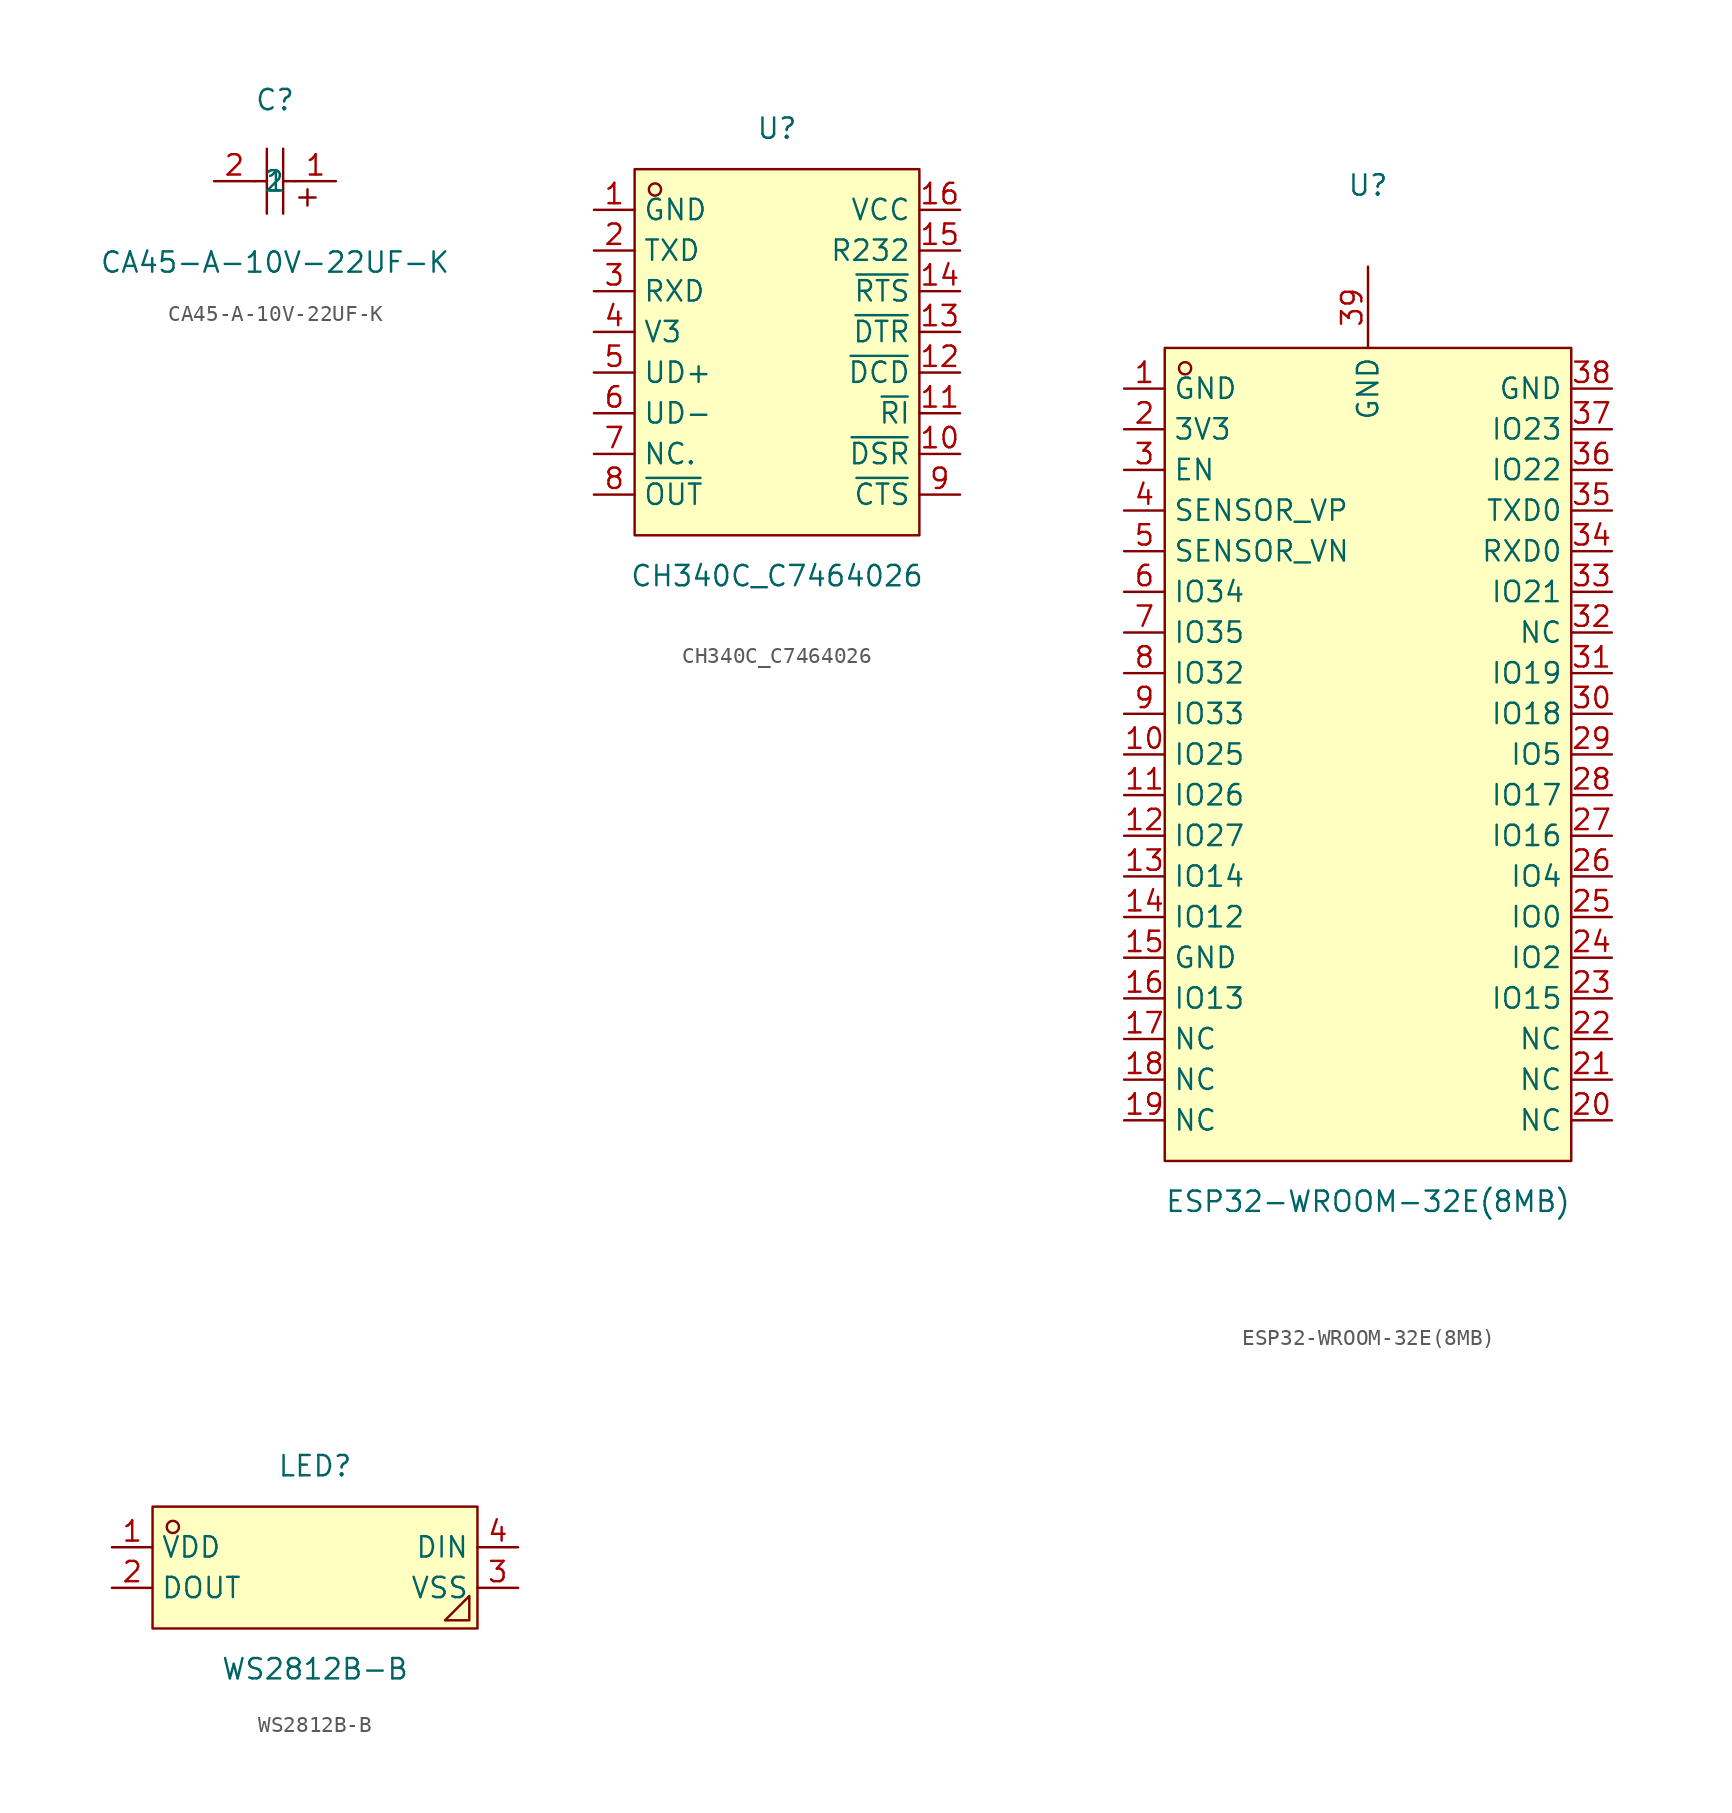
<source format=kicad_sym>
(kicad_symbol_lib
  (version 20211014)
  (generator https://github.com/uPesy/easyeda2kicad.py)
  (symbol "CA45-A-10V-22UF-K"
    (property "Reference" "C"
      (at 0 5.08 0)
      (effects (font (size 1.27 1.27))))
    (property "Value" "CA45-A-10V-22UF-K"
      (at 0 -5.08 0)
      (effects (font (size 1.27 1.27))))
    (symbol "CA45-A-10V-22UF-K_0_1"
      (polyline (pts (xy 0.51 -2.03) (xy 0.51 2.03)) (stroke (width 0) (type default) (color 0 0 0 0)) (fill (type none)))
      (polyline (pts (xy -0.51 -2.03) (xy -0.51 2.03)) (stroke (width 0) (type default) (color 0 0 0 0)) (fill (type none)))
      (polyline (pts (xy 1.27 -0.00) (xy 0.51 -0.00)) (stroke (width 0) (type default) (color 0 0 0 0)) (fill (type none)))
      (polyline (pts (xy -0.51 -0.00) (xy -1.27 -0.00)) (stroke (width 0) (type default) (color 0 0 0 0)) (fill (type none)))
      (polyline (pts (xy 2.54 -1.02) (xy 1.52 -1.02)) (stroke (width 0) (type default) (color 0 0 0 0)) (fill (type none)))
      (polyline (pts (xy 2.03 -1.52) (xy 2.03 -0.51)) (stroke (width 0) (type default) (color 0 0 0 0)) (fill (type none)))
      (pin input line (at 3.81 -0.00 180) (length 2.54) (name "1" (effects (font (size 1.27 1.27)))) (number "1" (effects (font (size 1.27 1.27)))))
      (pin input line (at -3.81 -0.00 0) (length 2.54) (name "2" (effects (font (size 1.27 1.27)))) (number "2" (effects (font (size 1.27 1.27)))))))
  (symbol "CH340C_C7464026"
    (property "Reference" "U"
      (at 0 13.97 0)
      (effects (font (size 1.27 1.27))))
    (property "Value" "CH340C_C7464026"
      (at 0 -13.97 0)
      (effects (font (size 1.27 1.27))))
    (symbol "CH340C_C7464026_0_1"
      (rectangle (start -8.89 11.43) (end 8.89 -11.43) (stroke (width 0) (type default) (color 0 0 0 0)) (fill (type background)))
      (circle (center -7.62 10.16) (radius 0.38) (stroke (width 0) (type default) (color 0 0 0 0)) (fill (type none)))
      (pin unspecified line (at -11.43 8.89 0) (length 2.54) (name "GND" (effects (font (size 1.27 1.27)))) (number "1" (effects (font (size 1.27 1.27)))))
      (pin unspecified line (at -11.43 6.35 0) (length 2.54) (name "TXD" (effects (font (size 1.27 1.27)))) (number "2" (effects (font (size 1.27 1.27)))))
      (pin unspecified line (at -11.43 3.81 0) (length 2.54) (name "RXD" (effects (font (size 1.27 1.27)))) (number "3" (effects (font (size 1.27 1.27)))))
      (pin unspecified line (at -11.43 1.27 0) (length 2.54) (name "V3" (effects (font (size 1.27 1.27)))) (number "4" (effects (font (size 1.27 1.27)))))
      (pin unspecified line (at -11.43 -1.27 0) (length 2.54) (name "UD+" (effects (font (size 1.27 1.27)))) (number "5" (effects (font (size 1.27 1.27)))))
      (pin unspecified line (at -11.43 -3.81 0) (length 2.54) (name "UD-" (effects (font (size 1.27 1.27)))) (number "6" (effects (font (size 1.27 1.27)))))
      (pin unspecified line (at -11.43 -6.35 0) (length 2.54) (name "NC." (effects (font (size 1.27 1.27)))) (number "7" (effects (font (size 1.27 1.27)))))
      (pin unspecified line (at -11.43 -8.89 0) (length 2.54) (name "~{OUT}" (effects (font (size 1.27 1.27)))) (number "8" (effects (font (size 1.27 1.27)))))
      (pin unspecified line (at 11.43 -8.89 180) (length 2.54) (name "~{CTS}" (effects (font (size 1.27 1.27)))) (number "9" (effects (font (size 1.27 1.27)))))
      (pin unspecified line (at 11.43 -6.35 180) (length 2.54) (name "~{DSR}" (effects (font (size 1.27 1.27)))) (number "10" (effects (font (size 1.27 1.27)))))
      (pin unspecified line (at 11.43 -3.81 180) (length 2.54) (name "~{RI}" (effects (font (size 1.27 1.27)))) (number "11" (effects (font (size 1.27 1.27)))))
      (pin unspecified line (at 11.43 -1.27 180) (length 2.54) (name "~{DCD}" (effects (font (size 1.27 1.27)))) (number "12" (effects (font (size 1.27 1.27)))))
      (pin unspecified line (at 11.43 1.27 180) (length 2.54) (name "~{DTR}" (effects (font (size 1.27 1.27)))) (number "13" (effects (font (size 1.27 1.27)))))
      (pin unspecified line (at 11.43 3.81 180) (length 2.54) (name "~{RTS}" (effects (font (size 1.27 1.27)))) (number "14" (effects (font (size 1.27 1.27)))))
      (pin unspecified line (at 11.43 6.35 180) (length 2.54) (name "R232" (effects (font (size 1.27 1.27)))) (number "15" (effects (font (size 1.27 1.27)))))
      (pin unspecified line (at 11.43 8.89 180) (length 2.54) (name "VCC" (effects (font (size 1.27 1.27)))) (number "16" (effects (font (size 1.27 1.27)))))))
  (symbol "ESP32-WROOM-32E(8MB)"
    (property "Reference" "U"
      (at 0 38.10 0)
      (effects (font (size 1.27 1.27))))
    (property "Value" "ESP32-WROOM-32E(8MB)"
      (at 0 -25.40 0)
      (effects (font (size 1.27 1.27))))
    (symbol "ESP32-WROOM-32E(8MB)_0_1"
      (rectangle (start -12.70 27.94) (end 12.70 -22.86) (stroke (width 0) (type default) (color 0 0 0 0)) (fill (type background)))
      (circle (center -11.43 26.67) (radius 0.38) (stroke (width 0) (type default) (color 0 0 0 0)) (fill (type none)))
      (pin unspecified line (at 0.00 33.02 270) (length 5.08) (name "GND" (effects (font (size 1.27 1.27)))) (number "39" (effects (font (size 1.27 1.27)))))
      (pin unspecified line (at 15.24 25.40 180) (length 2.54) (name "GND" (effects (font (size 1.27 1.27)))) (number "38" (effects (font (size 1.27 1.27)))))
      (pin unspecified line (at 15.24 22.86 180) (length 2.54) (name "IO23" (effects (font (size 1.27 1.27)))) (number "37" (effects (font (size 1.27 1.27)))))
      (pin unspecified line (at 15.24 20.32 180) (length 2.54) (name "IO22" (effects (font (size 1.27 1.27)))) (number "36" (effects (font (size 1.27 1.27)))))
      (pin unspecified line (at 15.24 17.78 180) (length 2.54) (name "TXD0" (effects (font (size 1.27 1.27)))) (number "35" (effects (font (size 1.27 1.27)))))
      (pin unspecified line (at 15.24 15.24 180) (length 2.54) (name "RXD0" (effects (font (size 1.27 1.27)))) (number "34" (effects (font (size 1.27 1.27)))))
      (pin unspecified line (at 15.24 12.70 180) (length 2.54) (name "IO21" (effects (font (size 1.27 1.27)))) (number "33" (effects (font (size 1.27 1.27)))))
      (pin unspecified line (at 15.24 10.16 180) (length 2.54) (name "NC" (effects (font (size 1.27 1.27)))) (number "32" (effects (font (size 1.27 1.27)))))
      (pin unspecified line (at 15.24 7.62 180) (length 2.54) (name "IO19" (effects (font (size 1.27 1.27)))) (number "31" (effects (font (size 1.27 1.27)))))
      (pin unspecified line (at 15.24 5.08 180) (length 2.54) (name "IO18" (effects (font (size 1.27 1.27)))) (number "30" (effects (font (size 1.27 1.27)))))
      (pin unspecified line (at 15.24 2.54 180) (length 2.54) (name "IO5" (effects (font (size 1.27 1.27)))) (number "29" (effects (font (size 1.27 1.27)))))
      (pin unspecified line (at 15.24 -0.00 180) (length 2.54) (name "IO17" (effects (font (size 1.27 1.27)))) (number "28" (effects (font (size 1.27 1.27)))))
      (pin unspecified line (at 15.24 -2.54 180) (length 2.54) (name "IO16" (effects (font (size 1.27 1.27)))) (number "27" (effects (font (size 1.27 1.27)))))
      (pin unspecified line (at 15.24 -5.08 180) (length 2.54) (name "IO4" (effects (font (size 1.27 1.27)))) (number "26" (effects (font (size 1.27 1.27)))))
      (pin unspecified line (at 15.24 -7.62 180) (length 2.54) (name "IO0" (effects (font (size 1.27 1.27)))) (number "25" (effects (font (size 1.27 1.27)))))
      (pin unspecified line (at 15.24 -10.16 180) (length 2.54) (name "IO2" (effects (font (size 1.27 1.27)))) (number "24" (effects (font (size 1.27 1.27)))))
      (pin unspecified line (at 15.24 -12.70 180) (length 2.54) (name "IO15" (effects (font (size 1.27 1.27)))) (number "23" (effects (font (size 1.27 1.27)))))
      (pin unspecified line (at 15.24 -15.24 180) (length 2.54) (name "NC" (effects (font (size 1.27 1.27)))) (number "22" (effects (font (size 1.27 1.27)))))
      (pin unspecified line (at 15.24 -17.78 180) (length 2.54) (name "NC" (effects (font (size 1.27 1.27)))) (number "21" (effects (font (size 1.27 1.27)))))
      (pin unspecified line (at 15.24 -20.32 180) (length 2.54) (name "NC" (effects (font (size 1.27 1.27)))) (number "20" (effects (font (size 1.27 1.27)))))
      (pin unspecified line (at -15.24 -20.32 0) (length 2.54) (name "NC" (effects (font (size 1.27 1.27)))) (number "19" (effects (font (size 1.27 1.27)))))
      (pin unspecified line (at -15.24 -17.78 0) (length 2.54) (name "NC" (effects (font (size 1.27 1.27)))) (number "18" (effects (font (size 1.27 1.27)))))
      (pin unspecified line (at -15.24 -15.24 0) (length 2.54) (name "NC" (effects (font (size 1.27 1.27)))) (number "17" (effects (font (size 1.27 1.27)))))
      (pin unspecified line (at -15.24 -12.70 0) (length 2.54) (name "IO13" (effects (font (size 1.27 1.27)))) (number "16" (effects (font (size 1.27 1.27)))))
      (pin unspecified line (at -15.24 -10.16 0) (length 2.54) (name "GND" (effects (font (size 1.27 1.27)))) (number "15" (effects (font (size 1.27 1.27)))))
      (pin unspecified line (at -15.24 -7.62 0) (length 2.54) (name "IO12" (effects (font (size 1.27 1.27)))) (number "14" (effects (font (size 1.27 1.27)))))
      (pin unspecified line (at -15.24 -5.08 0) (length 2.54) (name "IO14" (effects (font (size 1.27 1.27)))) (number "13" (effects (font (size 1.27 1.27)))))
      (pin unspecified line (at -15.24 -2.54 0) (length 2.54) (name "IO27" (effects (font (size 1.27 1.27)))) (number "12" (effects (font (size 1.27 1.27)))))
      (pin unspecified line (at -15.24 -0.00 0) (length 2.54) (name "IO26" (effects (font (size 1.27 1.27)))) (number "11" (effects (font (size 1.27 1.27)))))
      (pin unspecified line (at -15.24 2.54 0) (length 2.54) (name "IO25" (effects (font (size 1.27 1.27)))) (number "10" (effects (font (size 1.27 1.27)))))
      (pin unspecified line (at -15.24 5.08 0) (length 2.54) (name "IO33" (effects (font (size 1.27 1.27)))) (number "9" (effects (font (size 1.27 1.27)))))
      (pin unspecified line (at -15.24 7.62 0) (length 2.54) (name "IO32" (effects (font (size 1.27 1.27)))) (number "8" (effects (font (size 1.27 1.27)))))
      (pin unspecified line (at -15.24 10.16 0) (length 2.54) (name "IO35" (effects (font (size 1.27 1.27)))) (number "7" (effects (font (size 1.27 1.27)))))
      (pin unspecified line (at -15.24 12.70 0) (length 2.54) (name "IO34" (effects (font (size 1.27 1.27)))) (number "6" (effects (font (size 1.27 1.27)))))
      (pin unspecified line (at -15.24 15.24 0) (length 2.54) (name "SENSOR_VN" (effects (font (size 1.27 1.27)))) (number "5" (effects (font (size 1.27 1.27)))))
      (pin unspecified line (at -15.24 17.78 0) (length 2.54) (name "SENSOR_VP" (effects (font (size 1.27 1.27)))) (number "4" (effects (font (size 1.27 1.27)))))
      (pin unspecified line (at -15.24 20.32 0) (length 2.54) (name "EN" (effects (font (size 1.27 1.27)))) (number "3" (effects (font (size 1.27 1.27)))))
      (pin unspecified line (at -15.24 22.86 0) (length 2.54) (name "3V3" (effects (font (size 1.27 1.27)))) (number "2" (effects (font (size 1.27 1.27)))))
      (pin unspecified line (at -15.24 25.40 0) (length 2.54) (name "GND" (effects (font (size 1.27 1.27)))) (number "1" (effects (font (size 1.27 1.27)))))))
  (symbol "WS2812B-B"
    (property "Reference" "LED"
      (at 0 6.35 0)
      (effects (font (size 1.27 1.27))))
    (property "Value" "WS2812B-B"
      (at 0 -6.35 0)
      (effects (font (size 1.27 1.27))))
    (symbol "WS2812B-B_0_1"
      (rectangle (start -10.16 3.81) (end 10.16 -3.81) (stroke (width 0) (type default) (color 0 0 0 0)) (fill (type background)))
      (circle (center -8.89 2.54) (radius 0.38) (stroke (width 0) (type default) (color 0 0 0 0)) (fill (type none)))
      (polyline (pts (xy 9.65 -1.78) (xy 9.65 -3.30) (xy 8.13 -3.30) (xy 9.65 -1.78)) (stroke (width 0) (type default) (color 0 0 0 0)) (fill (type background)))
      (pin unspecified line (at 12.70 1.27 180) (length 2.54) (name "DIN" (effects (font (size 1.27 1.27)))) (number "4" (effects (font (size 1.27 1.27)))))
      (pin unspecified line (at 12.70 -1.27 180) (length 2.54) (name "VSS" (effects (font (size 1.27 1.27)))) (number "3" (effects (font (size 1.27 1.27)))))
      (pin unspecified line (at -12.70 -1.27 0) (length 2.54) (name "DOUT" (effects (font (size 1.27 1.27)))) (number "2" (effects (font (size 1.27 1.27)))))
      (pin unspecified line (at -12.70 1.27 0) (length 2.54) (name "VDD" (effects (font (size 1.27 1.27)))) (number "1" (effects (font (size 1.27 1.27))))))))
</source>
